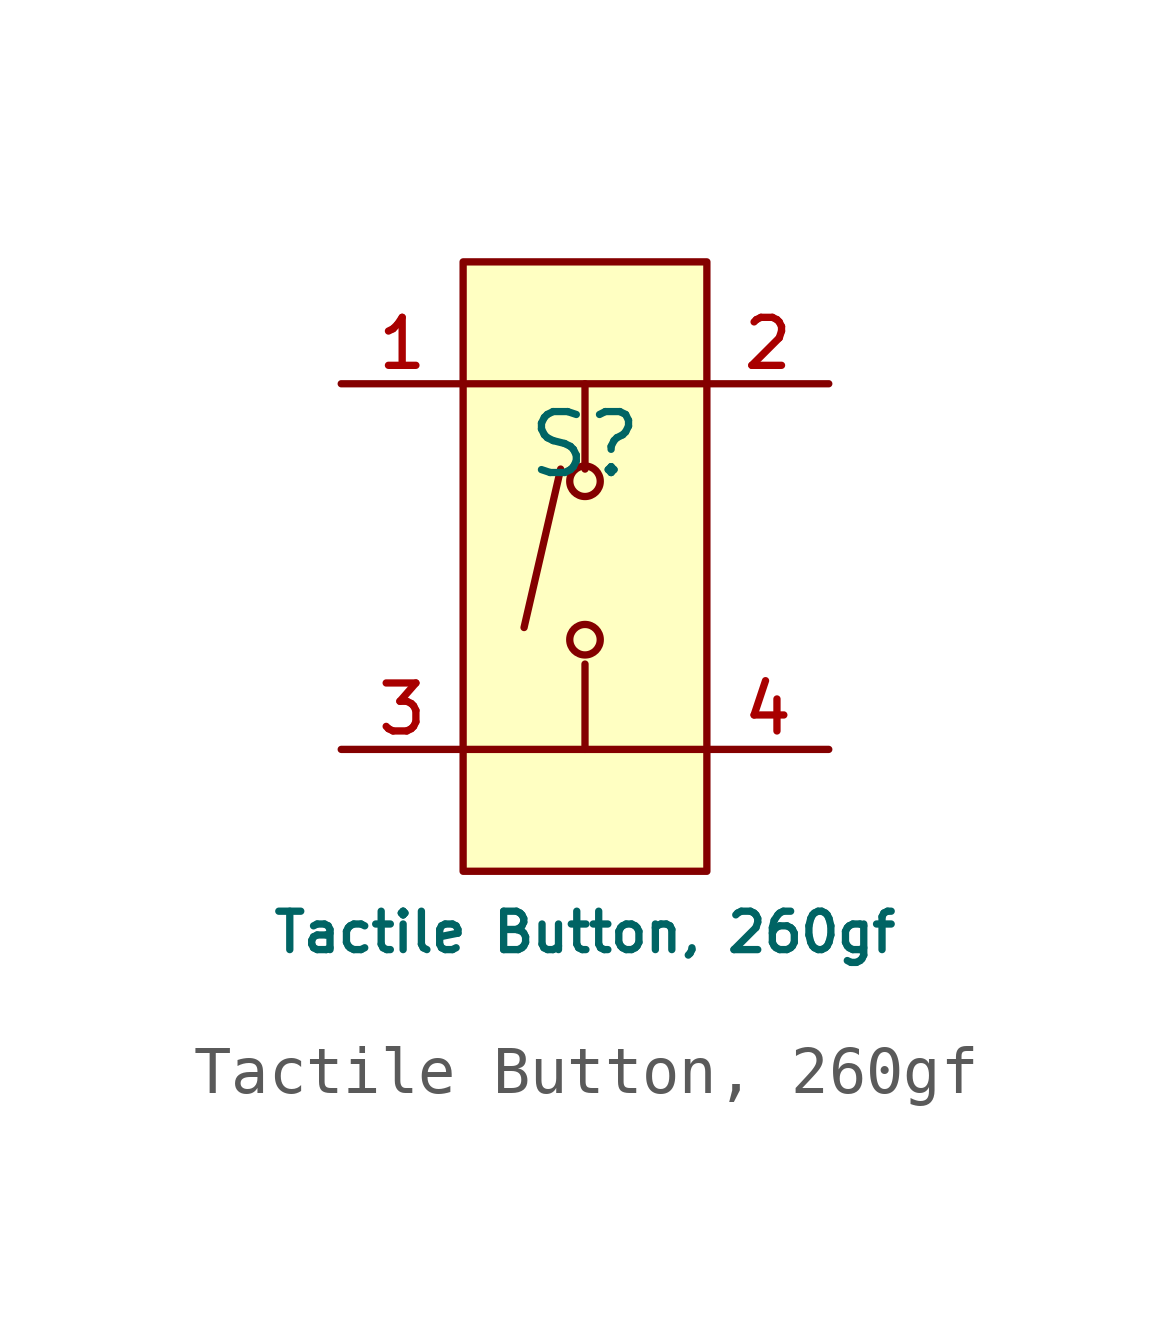
<source format=kicad_sym>
(kicad_symbol_lib
  (version 20231120)
  (generator "CDFER_Archive_Tool")
  (generator_version "0.0")
  (symbol "Tactile Button, 260gf"
    (pin_names hide)
    (property "Reference" "S"
      (at 0 1.27 0)
      (effects (font (size 1.27 1.27))))
    (property "Value" "Tactile Button, 260gf"
      (at 0 -8.89 0)
      (effects (font (size 0.8 0.8))))
    (symbol "Tactile Button, 260gf_0_1"
      (circle (center 0 -2.794) (radius 0.318) (stroke (width 0) (type default)) (fill (type background)))
      (polyline (pts (xy -2.54 -5.08) (xy 2.54 -5.08)) (stroke (width 0) (type default)) (fill (type none)))
      (polyline (pts (xy -2.54 2.54) (xy 2.54 2.54)) (stroke (width 0) (type default)) (fill (type none)))
      (polyline (pts (xy -0.508 0.762) (xy -1.27 -2.54)) (stroke (width 0) (type default)) (fill (type none)))
      (polyline (pts (xy 0 -3.302) (xy 0 -5.08)) (stroke (width 0) (type default)) (fill (type none)))
      (polyline (pts (xy 0 0.762) (xy 0 2.54)) (stroke (width 0) (type default)) (fill (type none)))
      (circle (center 0 0.508) (radius 0.318) (stroke (width 0) (type default)) (fill (type background)))
      (pin unspecified line (at -5.08 2.54 0) (length 2.54) (name "A" (effects (font (size 1 1)))) (number "1" (effects (font (size 1 1)))))
      (pin unspecified line (at 5.08 2.54 180) (length 2.54) (name "B" (effects (font (size 1 1)))) (number "2" (effects (font (size 1 1)))))
      (pin unspecified line (at -5.08 -5.08 0) (length 2.54) (name "C" (effects (font (size 1 1)))) (number "3" (effects (font (size 1 1)))))
      (pin unspecified line (at 5.08 -5.08 180) (length 2.54) (name "D" (effects (font (size 1 1)))) (number "4" (effects (font (size 1 1))))))
    (symbol "Tactile Button, 260gf_1_1"
      (rectangle (start -2.54 5.08) (end 2.54 -7.62) (stroke (width 0) (type default)) (fill (type background))))))
</source>
